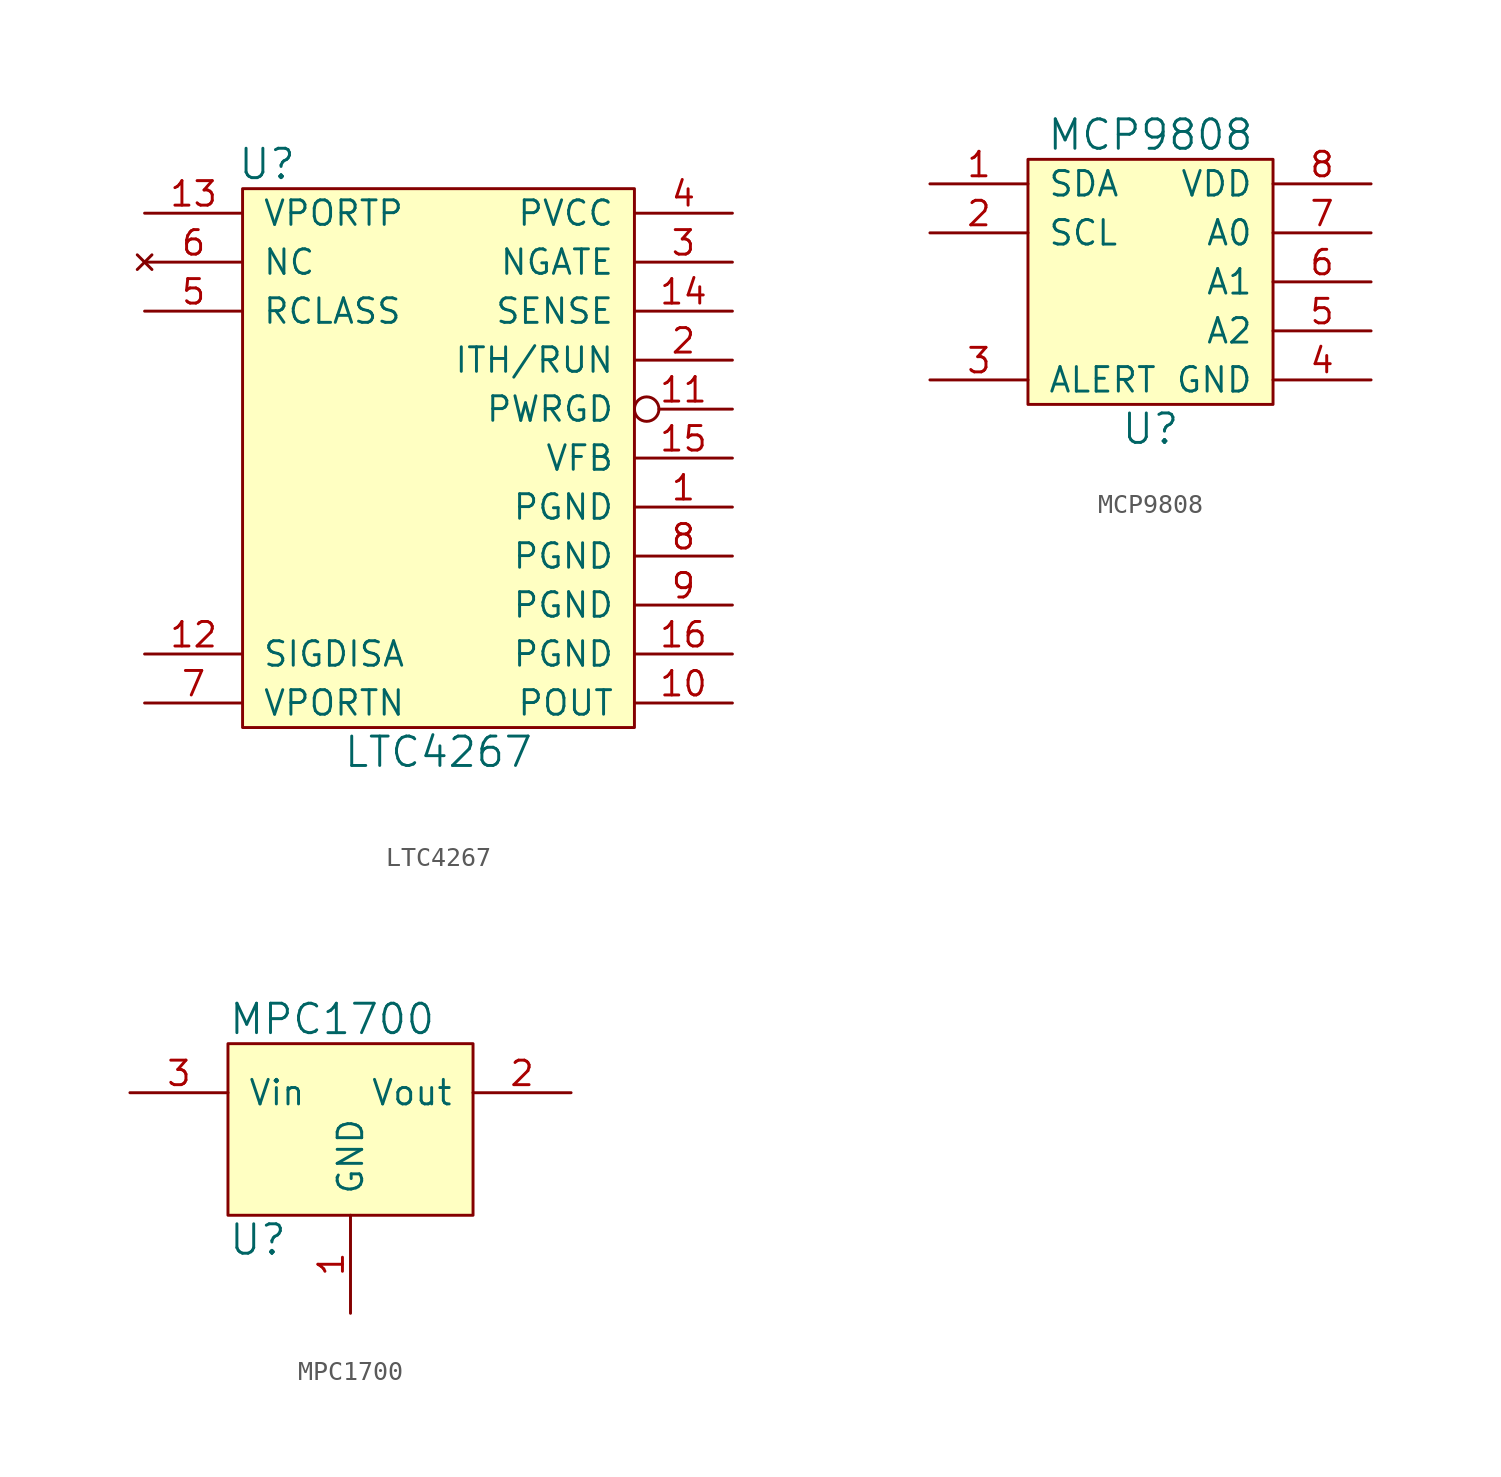
<source format=kicad_sym>
(kicad_symbol_lib
  (version 20211014)
  (generator kicad_symbol_editor)
  (symbol "LTC4267"
    (pin_names
      (offset 1.016))
    (property "Reference" "U"
      (at -8.89 15.24 0)
      (effects (font (size 1.524 1.524))))
    (property "Value" "LTC4267"
      (at 0 -15.24 0)
      (effects (font (size 1.524 1.524))))
    (symbol "LTC4267_0_1"
      (rectangle (start -10.16 13.97) (end 10.16 -13.97) (stroke (width 0) (type default) (color 0 0 0 0)) (fill (type background))))
    (symbol "LTC4267_1_1"
      (pin power_out line (at 15.24 -2.54 180) (length 5.08) (name "PGND" (effects (font (size 1.27 1.27)))) (number "1" (effects (font (size 1.27 1.27)))))
      (pin power_out line (at 15.24 -12.7 180) (length 5.08) (name "POUT" (effects (font (size 1.27 1.27)))) (number "10" (effects (font (size 1.27 1.27)))))
      (pin output inverted (at 15.24 2.54 180) (length 5.08) (name "PWRGD" (effects (font (size 1.27 1.27)))) (number "11" (effects (font (size 1.27 1.27)))))
      (pin input line (at -15.24 -10.16 0) (length 5.08) (name "SIGDISA" (effects (font (size 1.27 1.27)))) (number "12" (effects (font (size 1.27 1.27)))))
      (pin power_in line (at -15.24 12.7 0) (length 5.08) (name "VPORTP" (effects (font (size 1.27 1.27)))) (number "13" (effects (font (size 1.27 1.27)))))
      (pin bidirectional line (at 15.24 7.62 180) (length 5.08) (name "SENSE" (effects (font (size 1.27 1.27)))) (number "14" (effects (font (size 1.27 1.27)))))
      (pin input line (at 15.24 0 180) (length 5.08) (name "VFB" (effects (font (size 1.27 1.27)))) (number "15" (effects (font (size 1.27 1.27)))))
      (pin power_out line (at 15.24 -10.16 180) (length 5.08) (name "PGND" (effects (font (size 1.27 1.27)))) (number "16" (effects (font (size 1.27 1.27)))))
      (pin input line (at 15.24 5.08 180) (length 5.08) (name "ITH/RUN" (effects (font (size 1.27 1.27)))) (number "2" (effects (font (size 1.27 1.27)))))
      (pin output line (at 15.24 10.16 180) (length 5.08) (name "NGATE" (effects (font (size 1.27 1.27)))) (number "3" (effects (font (size 1.27 1.27)))))
      (pin output line (at 15.24 12.7 180) (length 5.08) (name "PVCC" (effects (font (size 1.27 1.27)))) (number "4" (effects (font (size 1.27 1.27)))))
      (pin input line (at -15.24 7.62 0) (length 5.08) (name "RCLASS" (effects (font (size 1.27 1.27)))) (number "5" (effects (font (size 1.27 1.27)))))
      (pin no_connect line (at -15.24 10.16 0) (length 5.08) (name "NC" (effects (font (size 1.27 1.27)))) (number "6" (effects (font (size 1.27 1.27)))))
      (pin power_in line (at -15.24 -12.7 0) (length 5.08) (name "VPORTN" (effects (font (size 1.27 1.27)))) (number "7" (effects (font (size 1.27 1.27)))))
      (pin output line (at 15.24 -5.08 180) (length 5.08) (name "PGND" (effects (font (size 1.27 1.27)))) (number "8" (effects (font (size 1.27 1.27)))))
      (pin power_out line (at 15.24 -7.62 180) (length 5.08) (name "PGND" (effects (font (size 1.27 1.27)))) (number "9" (effects (font (size 1.27 1.27)))))))
  (symbol "MCP9808"
    (pin_names
      (offset 1.016))
    (property "Reference" "U"
      (at 0 -8.89 0)
      (effects (font (size 1.524 1.524))))
    (property "Value" "MCP9808"
      (at 0 6.35 0)
      (effects (font (size 1.524 1.524))))
    (symbol "MCP9808_0_1"
      (rectangle (start -6.35 5.08) (end 6.35 -7.62) (stroke (width 0) (type default) (color 0 0 0 0)) (fill (type background))))
    (symbol "MCP9808_1_1"
      (pin bidirectional line (at -11.43 3.81 0) (length 5.08) (name "SDA" (effects (font (size 1.27 1.27)))) (number "1" (effects (font (size 1.27 1.27)))))
      (pin bidirectional line (at -11.43 1.27 0) (length 5.08) (name "SCL" (effects (font (size 1.27 1.27)))) (number "2" (effects (font (size 1.27 1.27)))))
      (pin output line (at -11.43 -6.35 0) (length 5.08) (name "ALERT" (effects (font (size 1.27 1.27)))) (number "3" (effects (font (size 1.27 1.27)))))
      (pin power_in line (at 11.43 -6.35 180) (length 5.08) (name "GND" (effects (font (size 1.27 1.27)))) (number "4" (effects (font (size 1.27 1.27)))))
      (pin input line (at 11.43 -3.81 180) (length 5.08) (name "A2" (effects (font (size 1.27 1.27)))) (number "5" (effects (font (size 1.27 1.27)))))
      (pin input line (at 11.43 -1.27 180) (length 5.08) (name "A1" (effects (font (size 1.27 1.27)))) (number "6" (effects (font (size 1.27 1.27)))))
      (pin input line (at 11.43 1.27 180) (length 5.08) (name "A0" (effects (font (size 1.27 1.27)))) (number "7" (effects (font (size 1.27 1.27)))))
      (pin power_in line (at 11.43 3.81 180) (length 5.08) (name "VDD" (effects (font (size 1.27 1.27)))) (number "8" (effects (font (size 1.27 1.27)))))))
  (symbol "MPC1700"
    (pin_names
      (offset 1.016))
    (property "Reference" "U"
      (at -6.35 -5.08 0)
      (effects (font (size 1.524 1.524)) (justify left)))
    (property "Value" "MPC1700"
      (at -6.35 6.35 0)
      (effects (font (size 1.524 1.524)) (justify left)))
    (symbol "MPC1700_0_1"
      (rectangle (start -6.35 -3.81) (end 6.35 5.08) (stroke (width 0) (type default) (color 0 0 0 0)) (fill (type background))))
    (symbol "MPC1700_1_1"
      (pin input line (at 0 -8.89 90) (length 5.08) (name "GND" (effects (font (size 1.27 1.27)))) (number "1" (effects (font (size 1.27 1.27)))))
      (pin power_out line (at 11.43 2.54 180) (length 5.08) (name "Vout" (effects (font (size 1.27 1.27)))) (number "2" (effects (font (size 1.27 1.27)))))
      (pin power_in line (at -11.43 2.54 0) (length 5.08) (name "Vin" (effects (font (size 1.27 1.27)))) (number "3" (effects (font (size 1.27 1.27))))))))
</source>
